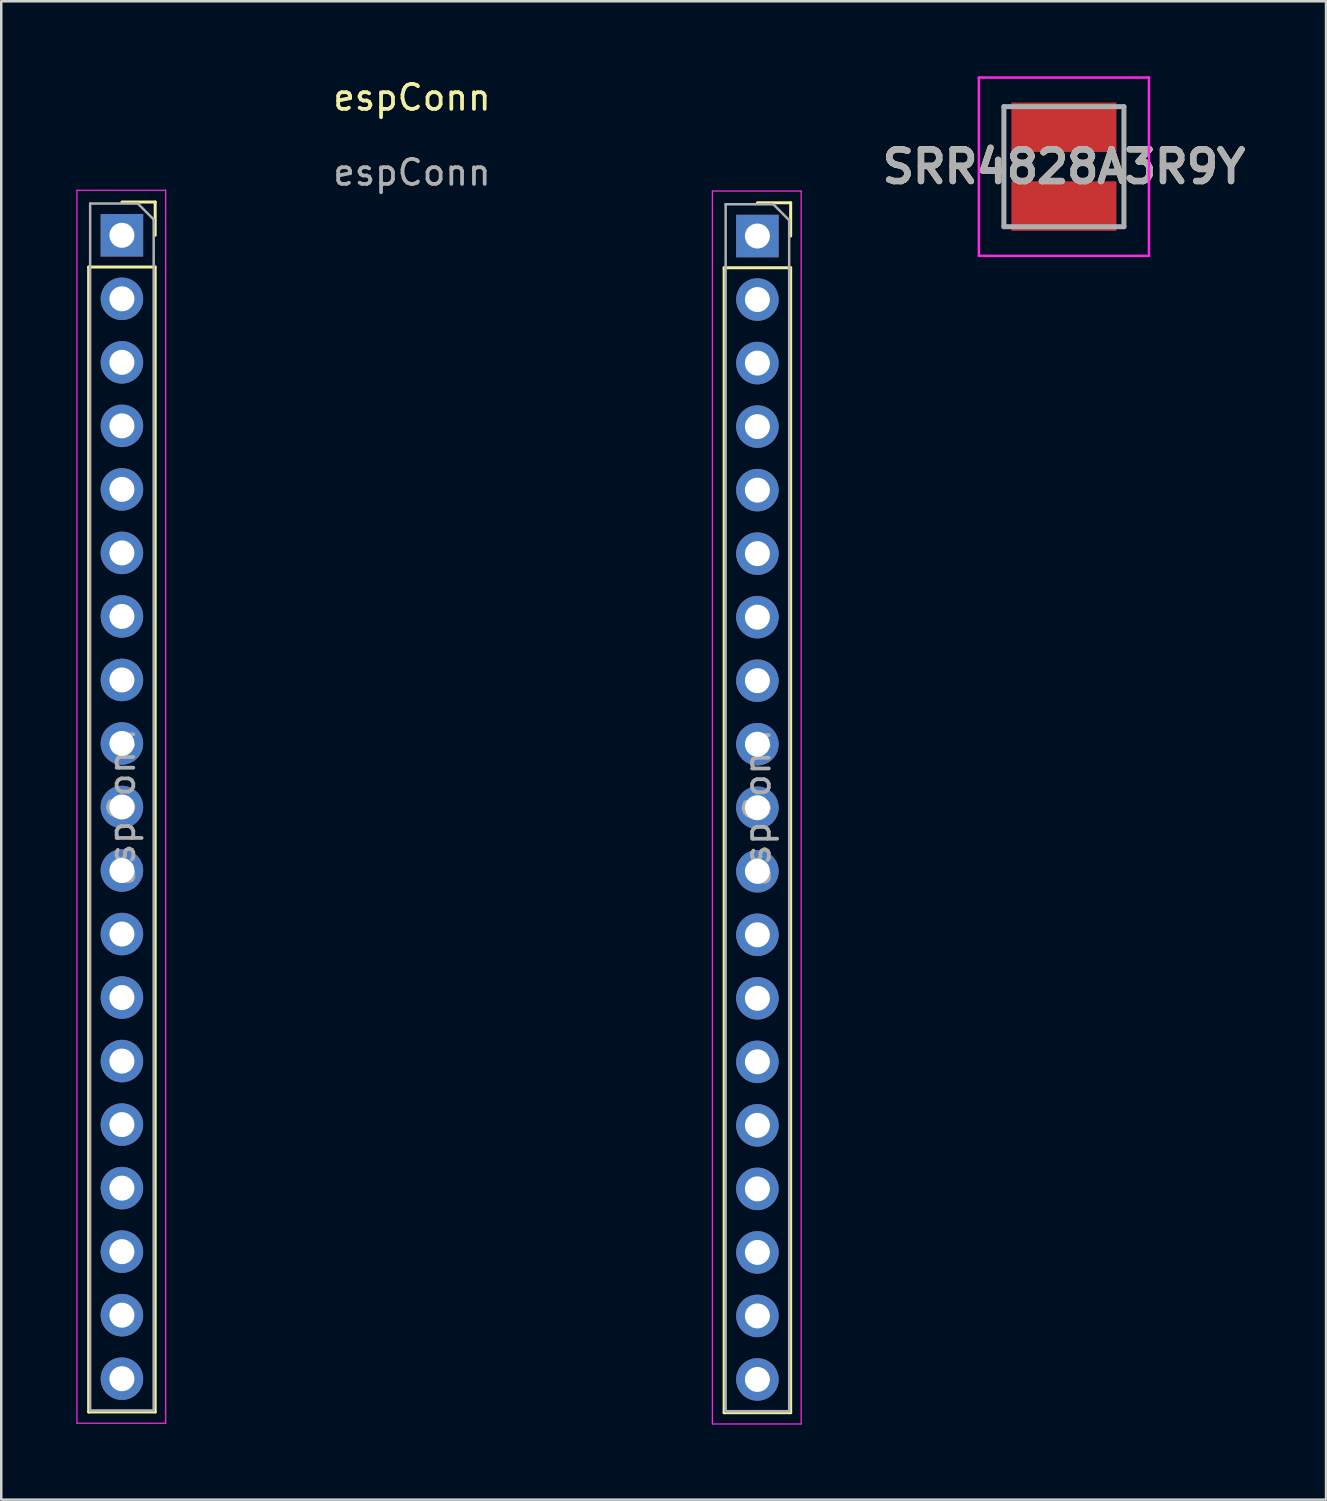
<source format=kicad_pcb>
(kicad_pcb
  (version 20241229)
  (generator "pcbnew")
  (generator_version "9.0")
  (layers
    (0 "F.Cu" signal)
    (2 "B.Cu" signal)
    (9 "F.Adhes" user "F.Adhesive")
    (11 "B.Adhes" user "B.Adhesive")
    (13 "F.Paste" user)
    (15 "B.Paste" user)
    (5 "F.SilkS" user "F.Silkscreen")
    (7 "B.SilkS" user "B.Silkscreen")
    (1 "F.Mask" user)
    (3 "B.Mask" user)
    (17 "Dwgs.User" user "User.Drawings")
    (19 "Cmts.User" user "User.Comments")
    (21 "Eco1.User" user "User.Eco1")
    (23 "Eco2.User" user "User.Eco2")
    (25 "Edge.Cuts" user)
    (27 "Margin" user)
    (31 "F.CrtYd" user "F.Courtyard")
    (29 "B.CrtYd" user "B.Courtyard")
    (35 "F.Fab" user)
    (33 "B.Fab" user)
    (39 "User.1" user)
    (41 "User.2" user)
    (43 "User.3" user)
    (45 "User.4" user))
  (footprint "espConn"
    (layer "F.Cu")
    (at 13.425 1.348)
    (property "Reference" "espConn" (at 0 -0.5 0) (unlocked yes) (layer "F.SilkS") (effects (font (size 1 1) (thickness 0.15))))
    (attr through_hole)
    (fp_line (start -12.93 6.28) (end -12.93 52.06) (stroke (width 0.12) (type solid)) (layer "F.SilkS"))
    (fp_line (start -12.93 6.28) (end -10.27 6.28) (stroke (width 0.12) (type solid)) (layer "F.SilkS"))
    (fp_line (start -12.93 52.06) (end -10.27 52.06) (stroke (width 0.12) (type solid)) (layer "F.SilkS"))
    (fp_line (start -11.6 3.68) (end -10.27 3.68) (stroke (width 0.12) (type solid)) (layer "F.SilkS"))
    (fp_line (start -10.27 3.68) (end -10.27 5.01) (stroke (width 0.12) (type solid)) (layer "F.SilkS"))
    (fp_line (start -10.27 6.28) (end -10.27 52.06) (stroke (width 0.12) (type solid)) (layer "F.SilkS"))
    (fp_line (start 12.48 6.31) (end 12.48 52.09) (stroke (width 0.12) (type solid)) (layer "F.SilkS"))
    (fp_line (start 12.48 6.31) (end 15.14 6.31) (stroke (width 0.12) (type solid)) (layer "F.SilkS"))
    (fp_line (start 12.48 52.09) (end 15.14 52.09) (stroke (width 0.12) (type solid)) (layer "F.SilkS"))
    (fp_line (start 13.81 3.71) (end 15.14 3.71) (stroke (width 0.12) (type solid)) (layer "F.SilkS"))
    (fp_line (start 15.14 3.71) (end 15.14 5.04) (stroke (width 0.12) (type solid)) (layer "F.SilkS"))
    (fp_line (start 15.14 6.31) (end 15.14 52.09) (stroke (width 0.12) (type solid)) (layer "F.SilkS"))
    (fp_line (start -13.4 3.21) (end -9.85 3.21) (stroke (width 0.05) (type solid)) (layer "F.CrtYd"))
    (fp_line (start -13.4 52.51) (end -13.4 3.21) (stroke (width 0.05) (type solid)) (layer "F.CrtYd"))
    (fp_line (start -9.85 3.21) (end -9.85 52.51) (stroke (width 0.05) (type solid)) (layer "F.CrtYd"))
    (fp_line (start -9.85 52.51) (end -13.4 52.51) (stroke (width 0.05) (type solid)) (layer "F.CrtYd"))
    (fp_line (start 12.01 3.24) (end 15.56 3.24) (stroke (width 0.05) (type solid)) (layer "F.CrtYd"))
    (fp_line (start 12.01 52.54) (end 12.01 3.24) (stroke (width 0.05) (type solid)) (layer "F.CrtYd"))
    (fp_line (start 15.56 3.24) (end 15.56 52.54) (stroke (width 0.05) (type solid)) (layer "F.CrtYd"))
    (fp_line (start 15.56 52.54) (end 12.01 52.54) (stroke (width 0.05) (type solid)) (layer "F.CrtYd"))
    (fp_line (start -12.87 3.74) (end -10.965 3.74) (stroke (width 0.1) (type solid)) (layer "F.Fab"))
    (fp_line (start -12.87 52) (end -12.87 3.74) (stroke (width 0.1) (type solid)) (layer "F.Fab"))
    (fp_line (start -10.965 3.74) (end -10.33 4.375) (stroke (width 0.1) (type solid)) (layer "F.Fab"))
    (fp_line (start -10.33 4.375) (end -10.33 52) (stroke (width 0.1) (type solid)) (layer "F.Fab"))
    (fp_line (start -10.33 52) (end -12.87 52) (stroke (width 0.1) (type solid)) (layer "F.Fab"))
    (fp_line (start 12.54 3.77) (end 14.445 3.77) (stroke (width 0.1) (type solid)) (layer "F.Fab"))
    (fp_line (start 12.54 52.03) (end 12.54 3.77) (stroke (width 0.1) (type solid)) (layer "F.Fab"))
    (fp_line (start 14.445 3.77) (end 15.08 4.405) (stroke (width 0.1) (type solid)) (layer "F.Fab"))
    (fp_line (start 15.08 4.405) (end 15.08 52.03) (stroke (width 0.1) (type solid)) (layer "F.Fab"))
    (fp_line (start 15.08 52.03) (end 12.54 52.03) (stroke (width 0.1) (type solid)) (layer "F.Fab"))
    (fp_text user "${REFERENCE}" (at 13.81 27.9 90) (layer "F.Fab") (effects (font (size 1 1) (thickness 0.15))))
    (fp_text user "${REFERENCE}" (at 0 2.5 0) (unlocked yes) (layer "F.Fab") (effects (font (size 1 1) (thickness 0.15))))
    (fp_text user "${REFERENCE}" (at -11.6 27.87 90) (layer "F.Fab") (effects (font (size 1 1) (thickness 0.15))))
    (pad "1" thru_hole rect (at -11.6 5.01) (size 1.7 1.7) (drill 1) (layers "*.Cu" "*.Mask"))
    (pad "2" thru_hole oval (at -11.6 7.55) (size 1.7 1.7) (drill 1) (layers "*.Cu" "*.Mask"))
    (pad "3" thru_hole oval (at -11.6 10.09) (size 1.7 1.7) (drill 1) (layers "*.Cu" "*.Mask"))
    (pad "4" thru_hole oval (at -11.6 12.63) (size 1.7 1.7) (drill 1) (layers "*.Cu" "*.Mask"))
    (pad "5" thru_hole oval (at -11.6 15.17) (size 1.7 1.7) (drill 1) (layers "*.Cu" "*.Mask"))
    (pad "6" thru_hole oval (at -11.6 17.71) (size 1.7 1.7) (drill 1) (layers "*.Cu" "*.Mask"))
    (pad "7" thru_hole oval (at -11.6 20.25) (size 1.7 1.7) (drill 1) (layers "*.Cu" "*.Mask"))
    (pad "8" thru_hole oval (at -11.6 22.79) (size 1.7 1.7) (drill 1) (layers "*.Cu" "*.Mask"))
    (pad "9" thru_hole oval (at -11.6 25.33) (size 1.7 1.7) (drill 1) (layers "*.Cu" "*.Mask"))
    (pad "10" thru_hole oval (at -11.6 27.87) (size 1.7 1.7) (drill 1) (layers "*.Cu" "*.Mask"))
    (pad "11" thru_hole oval (at -11.6 30.41) (size 1.7 1.7) (drill 1) (layers "*.Cu" "*.Mask"))
    (pad "12" thru_hole oval (at -11.6 32.95) (size 1.7 1.7) (drill 1) (layers "*.Cu" "*.Mask"))
    (pad "13" thru_hole oval (at -11.6 35.49) (size 1.7 1.7) (drill 1) (layers "*.Cu" "*.Mask"))
    (pad "14" thru_hole oval (at -11.6 38.03) (size 1.7 1.7) (drill 1) (layers "*.Cu" "*.Mask"))
    (pad "15" thru_hole oval (at -11.6 40.57) (size 1.7 1.7) (drill 1) (layers "*.Cu" "*.Mask"))
    (pad "16" thru_hole oval (at -11.6 43.11) (size 1.7 1.7) (drill 1) (layers "*.Cu" "*.Mask"))
    (pad "17" thru_hole oval (at -11.6 45.65) (size 1.7 1.7) (drill 1) (layers "*.Cu" "*.Mask"))
    (pad "18" thru_hole oval (at -11.6 48.19) (size 1.7 1.7) (drill 1) (layers "*.Cu" "*.Mask"))
    (pad "19" thru_hole oval (at -11.6 50.73) (size 1.7 1.7) (drill 1) (layers "*.Cu" "*.Mask"))
    (pad "20" thru_hole rect (at 13.81 5.04) (size 1.7 1.7) (drill 1) (layers "*.Cu" "*.Mask"))
    (pad "21" thru_hole oval (at 13.81 7.58) (size 1.7 1.7) (drill 1) (layers "*.Cu" "*.Mask"))
    (pad "22" thru_hole oval (at 13.81 10.12) (size 1.7 1.7) (drill 1) (layers "*.Cu" "*.Mask"))
    (pad "23" thru_hole oval (at 13.81 12.66) (size 1.7 1.7) (drill 1) (layers "*.Cu" "*.Mask"))
    (pad "24" thru_hole oval (at 13.81 15.2) (size 1.7 1.7) (drill 1) (layers "*.Cu" "*.Mask"))
    (pad "25" thru_hole oval (at 13.81 17.74) (size 1.7 1.7) (drill 1) (layers "*.Cu" "*.Mask"))
    (pad "26" thru_hole oval (at 13.81 20.28) (size 1.7 1.7) (drill 1) (layers "*.Cu" "*.Mask"))
    (pad "27" thru_hole oval (at 13.81 22.82) (size 1.7 1.7) (drill 1) (layers "*.Cu" "*.Mask"))
    (pad "28" thru_hole oval (at 13.81 25.36) (size 1.7 1.7) (drill 1) (layers "*.Cu" "*.Mask"))
    (pad "29" thru_hole oval (at 13.81 27.9) (size 1.7 1.7) (drill 1) (layers "*.Cu" "*.Mask"))
    (pad "30" thru_hole oval (at 13.81 30.44) (size 1.7 1.7) (drill 1) (layers "*.Cu" "*.Mask"))
    (pad "31" thru_hole oval (at 13.81 32.98) (size 1.7 1.7) (drill 1) (layers "*.Cu" "*.Mask"))
    (pad "32" thru_hole oval (at 13.81 35.52) (size 1.7 1.7) (drill 1) (layers "*.Cu" "*.Mask"))
    (pad "33" thru_hole oval (at 13.81 38.06) (size 1.7 1.7) (drill 1) (layers "*.Cu" "*.Mask"))
    (pad "34" thru_hole oval (at 13.81 40.6) (size 1.7 1.7) (drill 1) (layers "*.Cu" "*.Mask"))
    (pad "35" thru_hole oval (at 13.81 43.14) (size 1.7 1.7) (drill 1) (layers "*.Cu" "*.Mask"))
    (pad "36" thru_hole oval (at 13.81 45.68) (size 1.7 1.7) (drill 1) (layers "*.Cu" "*.Mask"))
    (pad "37" thru_hole oval (at 13.81 48.22) (size 1.7 1.7) (drill 1) (layers "*.Cu" "*.Mask"))
    (pad "38" thru_hole oval (at 13.81 50.76) (size 1.7 1.7) (drill 1) (layers "*.Cu" "*.Mask")))
  (footprint "SRR4828A3R9Y"
    (layer "F.Cu")
    (at 39.491 3.615)
    (property "Reference" "SRR4828A3R9Y" (at 0 0 0) (layer "F.SilkS") (effects (font (size 1.27 1.27) (thickness 0.254))))
    (attr smd)
    (fp_line (start -2.4 -2.4) (end -2.4 2.4) (stroke (width 0.1) (type solid)) (layer "F.SilkS"))
    (fp_line (start 2.4 -2.4) (end 2.4 2.4) (stroke (width 0.1) (type solid)) (layer "F.SilkS"))
    (fp_line (start -3.4 -3.565) (end 3.4 -3.565) (stroke (width 0.1) (type solid)) (layer "F.CrtYd"))
    (fp_line (start -3.4 3.565) (end -3.4 -3.565) (stroke (width 0.1) (type solid)) (layer "F.CrtYd"))
    (fp_line (start 3.4 -3.565) (end 3.4 3.565) (stroke (width 0.1) (type solid)) (layer "F.CrtYd"))
    (fp_line (start 3.4 3.565) (end -3.4 3.565) (stroke (width 0.1) (type solid)) (layer "F.CrtYd"))
    (fp_line (start -2.4 -2.4) (end 2.4 -2.4) (stroke (width 0.2) (type solid)) (layer "F.Fab"))
    (fp_line (start -2.4 2.4) (end -2.4 -2.4) (stroke (width 0.2) (type solid)) (layer "F.Fab"))
    (fp_line (start 2.4 -2.4) (end 2.4 2.4) (stroke (width 0.2) (type solid)) (layer "F.Fab"))
    (fp_line (start 2.4 2.4) (end -2.4 2.4) (stroke (width 0.2) (type solid)) (layer "F.Fab"))
    (fp_text user "${REFERENCE}" (at 0 0 0) (layer "F.Fab") (effects (font (size 1.27 1.27) (thickness 0.254))))
    (pad "1" smd rect (at 0 -1.575 90) (size 1.98 4.2) (layers "F.Cu" "F.Mask" "F.Paste"))
    (pad "2" smd rect (at 0 1.575 90) (size 1.98 4.2) (layers "F.Cu" "F.Mask" "F.Paste")))
  (gr_rect
    (start -3 -3)
    (end 49.972 56.913)
    (stroke (width 0.1) (type default))
    (fill no)
    (layer "Edge.Cuts")))
</source>
